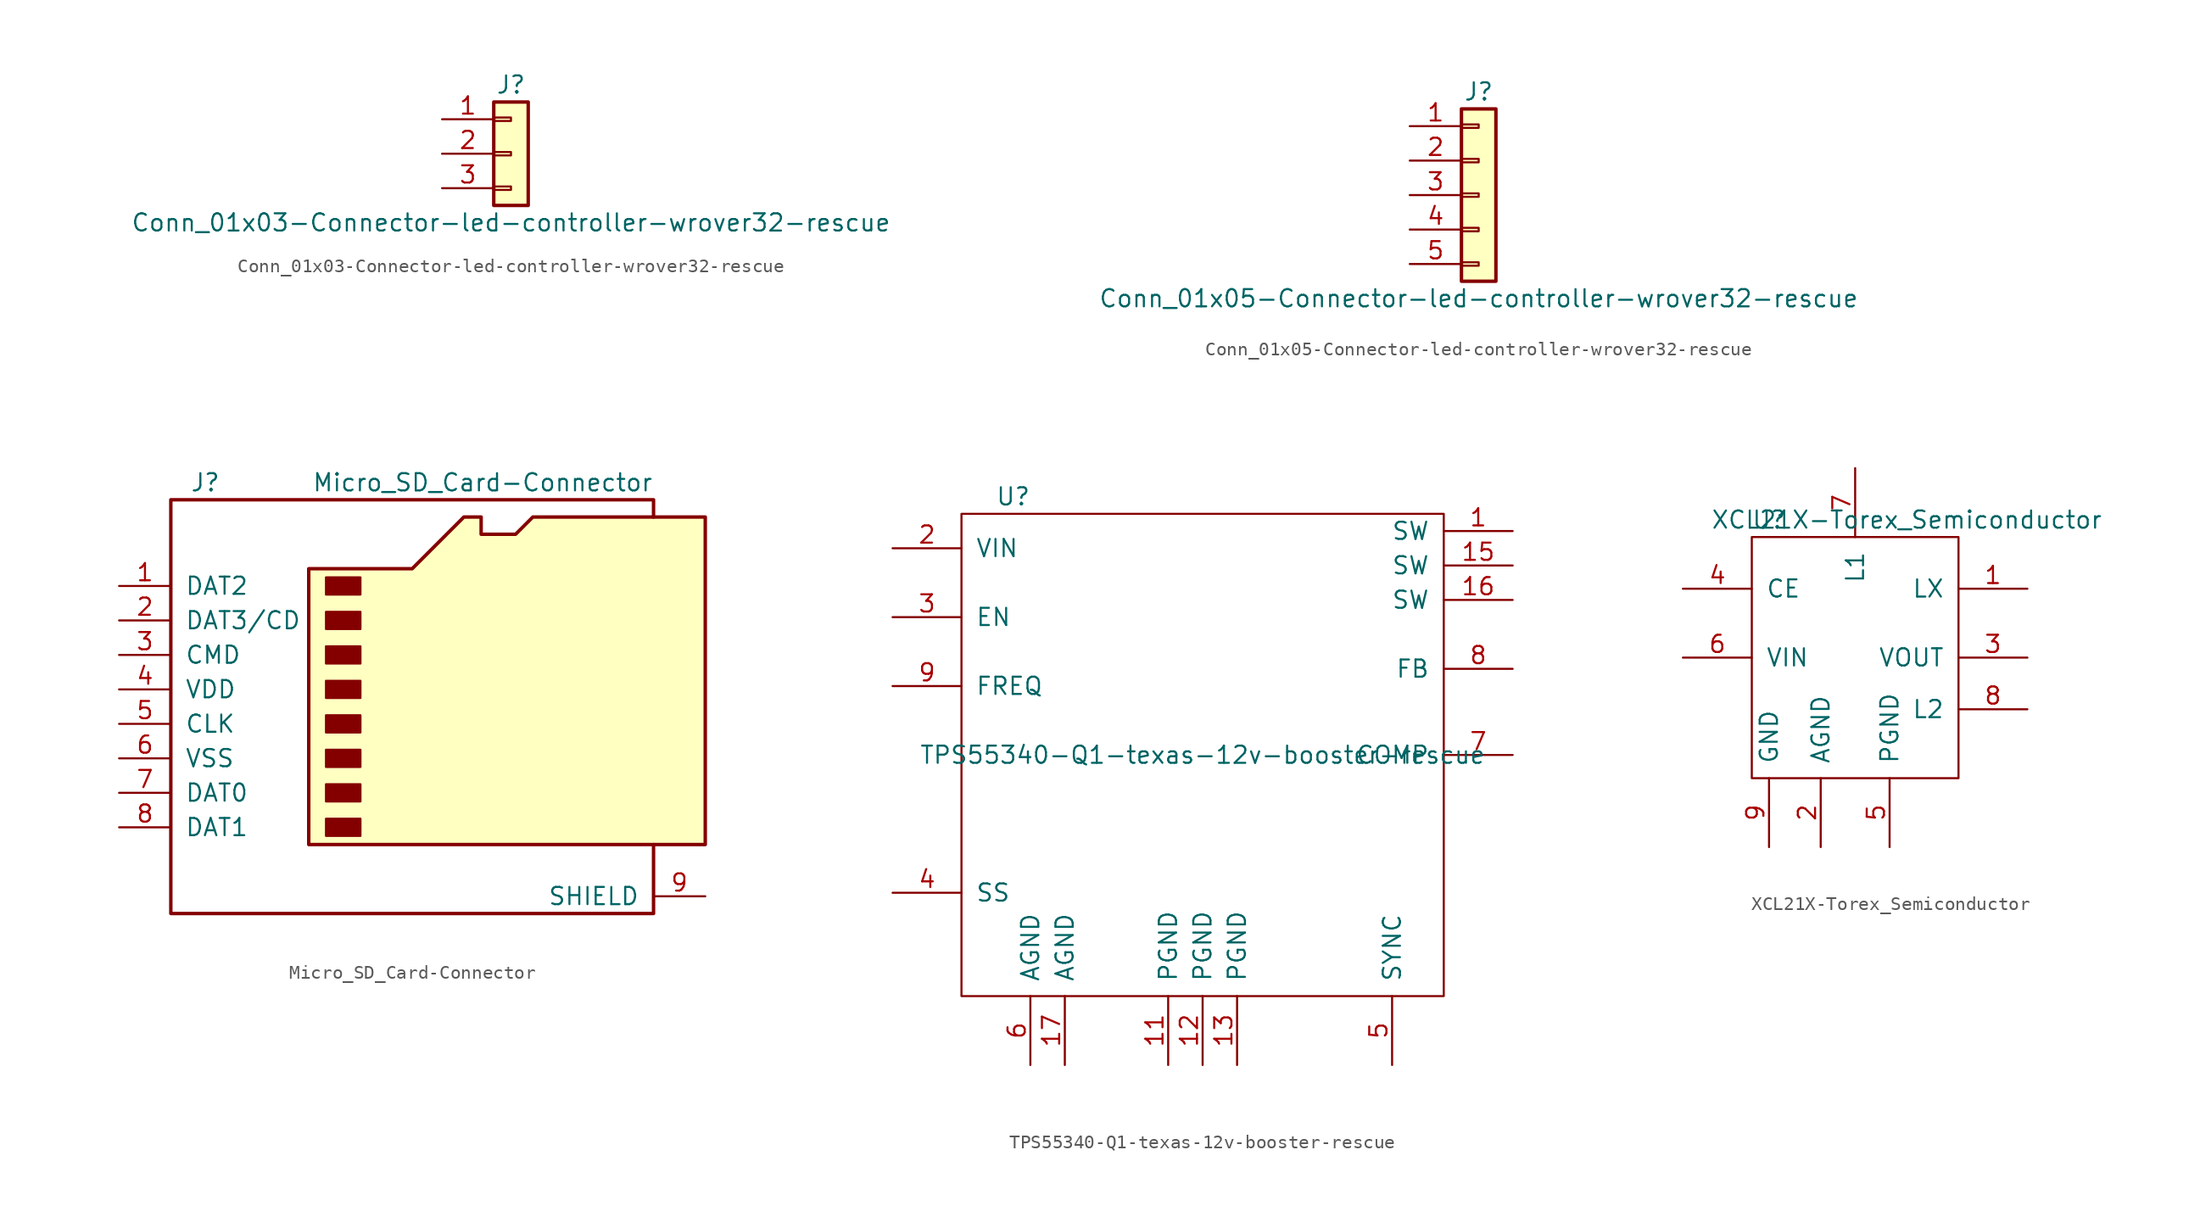
<source format=kicad_sym>
(kicad_symbol_lib
  (version 20211014)
  (generator kicad_symbol_editor)
  (symbol "Conn_01x03-Connector-led-controller-wrover32-rescue"
    (pin_names
      (offset 1.016) hide)
    (property "Reference" "J"
      (at 0 5.08 0)
      (effects (font (size 1.27 1.27))))
    (property "Value" "Conn_01x03-Connector-led-controller-wrover32-rescue"
      (at 0 -5.08 0)
      (effects (font (size 1.27 1.27))))
    (symbol "Conn_01x03-Connector-led-controller-wrover32-rescue_1_1"
      (rectangle (start -1.27 -2.413) (end 0 -2.667) (stroke (width 0.152) (type default) (color 0 0 0 0)) (fill (type none)))
      (rectangle (start -1.27 0.127) (end 0 -0.127) (stroke (width 0.152) (type default) (color 0 0 0 0)) (fill (type none)))
      (rectangle (start -1.27 2.667) (end 0 2.413) (stroke (width 0.152) (type default) (color 0 0 0 0)) (fill (type none)))
      (rectangle (start -1.27 3.81) (end 1.27 -3.81) (stroke (width 0.254) (type default) (color 0 0 0 0)) (fill (type background)))
      (pin passive line (at -5.08 2.54 0) (length 3.81) (name "Pin_1" (effects (font (size 1.27 1.27)))) (number "1" (effects (font (size 1.27 1.27)))))
      (pin passive line (at -5.08 0 0) (length 3.81) (name "Pin_2" (effects (font (size 1.27 1.27)))) (number "2" (effects (font (size 1.27 1.27)))))
      (pin passive line (at -5.08 -2.54 0) (length 3.81) (name "Pin_3" (effects (font (size 1.27 1.27)))) (number "3" (effects (font (size 1.27 1.27)))))))
  (symbol "Conn_01x05-Connector-led-controller-wrover32-rescue"
    (pin_names
      (offset 1.016) hide)
    (property "Reference" "J"
      (at 0 7.62 0)
      (effects (font (size 1.27 1.27))))
    (property "Value" "Conn_01x05-Connector-led-controller-wrover32-rescue"
      (at 0 -7.62 0)
      (effects (font (size 1.27 1.27))))
    (symbol "Conn_01x05-Connector-led-controller-wrover32-rescue_1_1"
      (rectangle (start -1.27 -4.953) (end 0 -5.207) (stroke (width 0.152) (type default) (color 0 0 0 0)) (fill (type none)))
      (rectangle (start -1.27 -2.413) (end 0 -2.667) (stroke (width 0.152) (type default) (color 0 0 0 0)) (fill (type none)))
      (rectangle (start -1.27 0.127) (end 0 -0.127) (stroke (width 0.152) (type default) (color 0 0 0 0)) (fill (type none)))
      (rectangle (start -1.27 2.667) (end 0 2.413) (stroke (width 0.152) (type default) (color 0 0 0 0)) (fill (type none)))
      (rectangle (start -1.27 5.207) (end 0 4.953) (stroke (width 0.152) (type default) (color 0 0 0 0)) (fill (type none)))
      (rectangle (start -1.27 6.35) (end 1.27 -6.35) (stroke (width 0.254) (type default) (color 0 0 0 0)) (fill (type background)))
      (pin passive line (at -5.08 5.08 0) (length 3.81) (name "Pin_1" (effects (font (size 1.27 1.27)))) (number "1" (effects (font (size 1.27 1.27)))))
      (pin passive line (at -5.08 2.54 0) (length 3.81) (name "Pin_2" (effects (font (size 1.27 1.27)))) (number "2" (effects (font (size 1.27 1.27)))))
      (pin passive line (at -5.08 0 0) (length 3.81) (name "Pin_3" (effects (font (size 1.27 1.27)))) (number "3" (effects (font (size 1.27 1.27)))))
      (pin passive line (at -5.08 -2.54 0) (length 3.81) (name "Pin_4" (effects (font (size 1.27 1.27)))) (number "4" (effects (font (size 1.27 1.27)))))
      (pin passive line (at -5.08 -5.08 0) (length 3.81) (name "Pin_5" (effects (font (size 1.27 1.27)))) (number "5" (effects (font (size 1.27 1.27)))))))
  (symbol "Micro_SD_Card-Connector"
    (pin_names
      (offset 1.016))
    (property "Reference" "J"
      (at -16.51 15.24 0)
      (effects (font (size 1.27 1.27))))
    (property "Value" "Micro_SD_Card-Connector"
      (at 16.51 15.24 0)
      (effects (font (size 1.27 1.27)) (justify right)))
    (symbol "Micro_SD_Card-Connector_0_1"
      (rectangle (start -7.62 -9.525) (end -5.08 -10.795) (stroke (width 0) (type default) (color 0 0 0 0)) (fill (type outline)))
      (rectangle (start -7.62 -6.985) (end -5.08 -8.255) (stroke (width 0) (type default) (color 0 0 0 0)) (fill (type outline)))
      (rectangle (start -7.62 -4.445) (end -5.08 -5.715) (stroke (width 0) (type default) (color 0 0 0 0)) (fill (type outline)))
      (rectangle (start -7.62 -1.905) (end -5.08 -3.175) (stroke (width 0) (type default) (color 0 0 0 0)) (fill (type outline)))
      (rectangle (start -7.62 0.635) (end -5.08 -0.635) (stroke (width 0) (type default) (color 0 0 0 0)) (fill (type outline)))
      (rectangle (start -7.62 3.175) (end -5.08 1.905) (stroke (width 0) (type default) (color 0 0 0 0)) (fill (type outline)))
      (rectangle (start -7.62 5.715) (end -5.08 4.445) (stroke (width 0) (type default) (color 0 0 0 0)) (fill (type outline)))
      (rectangle (start -7.62 8.255) (end -5.08 6.985) (stroke (width 0) (type default) (color 0 0 0 0)) (fill (type outline)))
      (polyline (pts (xy 16.51 12.7) (xy 16.51 13.97) (xy -19.05 13.97) (xy -19.05 -16.51) (xy 16.51 -16.51) (xy 16.51 -11.43)) (stroke (width 0.254) (type default) (color 0 0 0 0)) (fill (type none)))
      (polyline (pts (xy -8.89 -11.43) (xy -8.89 8.89) (xy -1.27 8.89) (xy 2.54 12.7) (xy 3.81 12.7) (xy 3.81 11.43) (xy 6.35 11.43) (xy 7.62 12.7) (xy 20.32 12.7) (xy 20.32 -11.43) (xy -8.89 -11.43)) (stroke (width 0.254) (type default) (color 0 0 0 0)) (fill (type background))))
    (symbol "Micro_SD_Card-Connector_1_1"
      (pin bidirectional line (at -22.86 7.62 0) (length 3.81) (name "DAT2" (effects (font (size 1.27 1.27)))) (number "1" (effects (font (size 1.27 1.27)))))
      (pin bidirectional line (at -22.86 5.08 0) (length 3.81) (name "DAT3/CD" (effects (font (size 1.27 1.27)))) (number "2" (effects (font (size 1.27 1.27)))))
      (pin input line (at -22.86 2.54 0) (length 3.81) (name "CMD" (effects (font (size 1.27 1.27)))) (number "3" (effects (font (size 1.27 1.27)))))
      (pin power_in line (at -22.86 0 0) (length 3.81) (name "VDD" (effects (font (size 1.27 1.27)))) (number "4" (effects (font (size 1.27 1.27)))))
      (pin input line (at -22.86 -2.54 0) (length 3.81) (name "CLK" (effects (font (size 1.27 1.27)))) (number "5" (effects (font (size 1.27 1.27)))))
      (pin power_in line (at -22.86 -5.08 0) (length 3.81) (name "VSS" (effects (font (size 1.27 1.27)))) (number "6" (effects (font (size 1.27 1.27)))))
      (pin input line (at -22.86 -7.62 0) (length 3.81) (name "DAT0" (effects (font (size 1.27 1.27)))) (number "7" (effects (font (size 1.27 1.27)))))
      (pin input line (at -22.86 -10.16 0) (length 3.81) (name "DAT1" (effects (font (size 1.27 1.27)))) (number "8" (effects (font (size 1.27 1.27)))))
      (pin passive line (at 20.32 -15.24 180) (length 3.81) (name "SHIELD" (effects (font (size 1.27 1.27)))) (number "9" (effects (font (size 1.27 1.27)))))))
  (symbol "TPS55340-Q1-texas-12v-booster-rescue"
    (pin_names
      (offset 1.016))
    (property "Reference" "U"
      (at -13.97 19.05 0)
      (effects (font (size 1.27 1.27))))
    (property "Value" "TPS55340-Q1-texas-12v-booster-rescue"
      (at 0 0 0)
      (effects (font (size 1.27 1.27))))
    (symbol "TPS55340-Q1-texas-12v-booster-rescue_0_1"
      (rectangle (start -17.78 17.78) (end 17.78 -17.78) (stroke (width 0) (type default) (color 0 0 0 0)) (fill (type none))))
    (symbol "TPS55340-Q1-texas-12v-booster-rescue_1_1"
      (pin input line (at 22.86 16.51 180) (length 5.08) (name "SW" (effects (font (size 1.27 1.27)))) (number "1" (effects (font (size 1.27 1.27)))))
      (pin no_connect line (at 17.78 -6.35 180) (length 5.08) hide (name "NC" (effects (font (size 1.27 1.27)))) (number "10" (effects (font (size 1.27 1.27)))))
      (pin power_in line (at -2.54 -22.86 90) (length 5.08) (name "PGND" (effects (font (size 1.27 1.27)))) (number "11" (effects (font (size 1.27 1.27)))))
      (pin power_in line (at 0 -22.86 90) (length 5.08) (name "PGND" (effects (font (size 1.27 1.27)))) (number "12" (effects (font (size 1.27 1.27)))))
      (pin power_in line (at 2.54 -22.86 90) (length 5.08) (name "PGND" (effects (font (size 1.27 1.27)))) (number "13" (effects (font (size 1.27 1.27)))))
      (pin no_connect line (at 17.78 -8.89 180) (length 5.08) hide (name "NC" (effects (font (size 1.27 1.27)))) (number "14" (effects (font (size 1.27 1.27)))))
      (pin input line (at 22.86 13.97 180) (length 5.08) (name "SW" (effects (font (size 1.27 1.27)))) (number "15" (effects (font (size 1.27 1.27)))))
      (pin input line (at 22.86 11.43 180) (length 5.08) (name "SW" (effects (font (size 1.27 1.27)))) (number "16" (effects (font (size 1.27 1.27)))))
      (pin power_in line (at -10.16 -22.86 90) (length 5.08) (name "AGND" (effects (font (size 1.27 1.27)))) (number "17" (effects (font (size 1.27 1.27)))))
      (pin power_in line (at -22.86 15.24 0) (length 5.08) (name "VIN" (effects (font (size 1.27 1.27)))) (number "2" (effects (font (size 1.27 1.27)))))
      (pin input line (at -22.86 10.16 0) (length 5.08) (name "EN" (effects (font (size 1.27 1.27)))) (number "3" (effects (font (size 1.27 1.27)))))
      (pin input line (at -22.86 -10.16 0) (length 5.08) (name "SS" (effects (font (size 1.27 1.27)))) (number "4" (effects (font (size 1.27 1.27)))))
      (pin input line (at 13.97 -22.86 90) (length 5.08) (name "SYNC" (effects (font (size 1.27 1.27)))) (number "5" (effects (font (size 1.27 1.27)))))
      (pin power_in line (at -12.7 -22.86 90) (length 5.08) (name "AGND" (effects (font (size 1.27 1.27)))) (number "6" (effects (font (size 1.27 1.27)))))
      (pin output line (at 22.86 0 180) (length 5.08) (name "COMP" (effects (font (size 1.27 1.27)))) (number "7" (effects (font (size 1.27 1.27)))))
      (pin passive line (at 22.86 6.35 180) (length 5.08) (name "FB" (effects (font (size 1.27 1.27)))) (number "8" (effects (font (size 1.27 1.27)))))
      (pin output line (at -22.86 5.08 0) (length 5.08) (name "FREQ" (effects (font (size 1.27 1.27)))) (number "9" (effects (font (size 1.27 1.27)))))))
  (symbol "XCL21X-Torex_Semiconductor"
    (pin_names
      (offset 1.016))
    (property "Reference" "U"
      (at -6.35 10.16 0)
      (effects (font (size 1.27 1.27))))
    (property "Value" "XCL21X-Torex_Semiconductor"
      (at 3.81 10.16 0)
      (effects (font (size 1.27 1.27))))
    (symbol "XCL21X-Torex_Semiconductor_0_1"
      (rectangle (start -7.62 8.89) (end 7.62 -8.89) (stroke (width 0) (type default) (color 0 0 0 0)) (fill (type none))))
    (symbol "XCL21X-Torex_Semiconductor_1_1"
      (pin input line (at 12.7 5.08 180) (length 5.08) (name "LX" (effects (font (size 1.27 1.27)))) (number "1" (effects (font (size 1.27 1.27)))))
      (pin power_in line (at -2.54 -13.97 90) (length 5.08) (name "AGND" (effects (font (size 1.27 1.27)))) (number "2" (effects (font (size 1.27 1.27)))))
      (pin input line (at 12.7 0 180) (length 5.08) (name "VOUT" (effects (font (size 1.27 1.27)))) (number "3" (effects (font (size 1.27 1.27)))))
      (pin input line (at -12.7 5.08 0) (length 5.08) (name "CE" (effects (font (size 1.27 1.27)))) (number "4" (effects (font (size 1.27 1.27)))))
      (pin power_in line (at 2.54 -13.97 90) (length 5.08) (name "PGND" (effects (font (size 1.27 1.27)))) (number "5" (effects (font (size 1.27 1.27)))))
      (pin power_in line (at -12.7 0 0) (length 5.08) (name "VIN" (effects (font (size 1.27 1.27)))) (number "6" (effects (font (size 1.27 1.27)))))
      (pin output line (at 0 13.97 270) (length 5.08) (name "L1" (effects (font (size 1.27 1.27)))) (number "7" (effects (font (size 1.27 1.27)))))
      (pin power_out line (at 12.7 -3.81 180) (length 5.08) (name "L2" (effects (font (size 1.27 1.27)))) (number "8" (effects (font (size 1.27 1.27)))))
      (pin power_in line (at -6.35 -13.97 90) (length 5.08) (name "GND" (effects (font (size 1.27 1.27)))) (number "9" (effects (font (size 1.27 1.27))))))))
</source>
